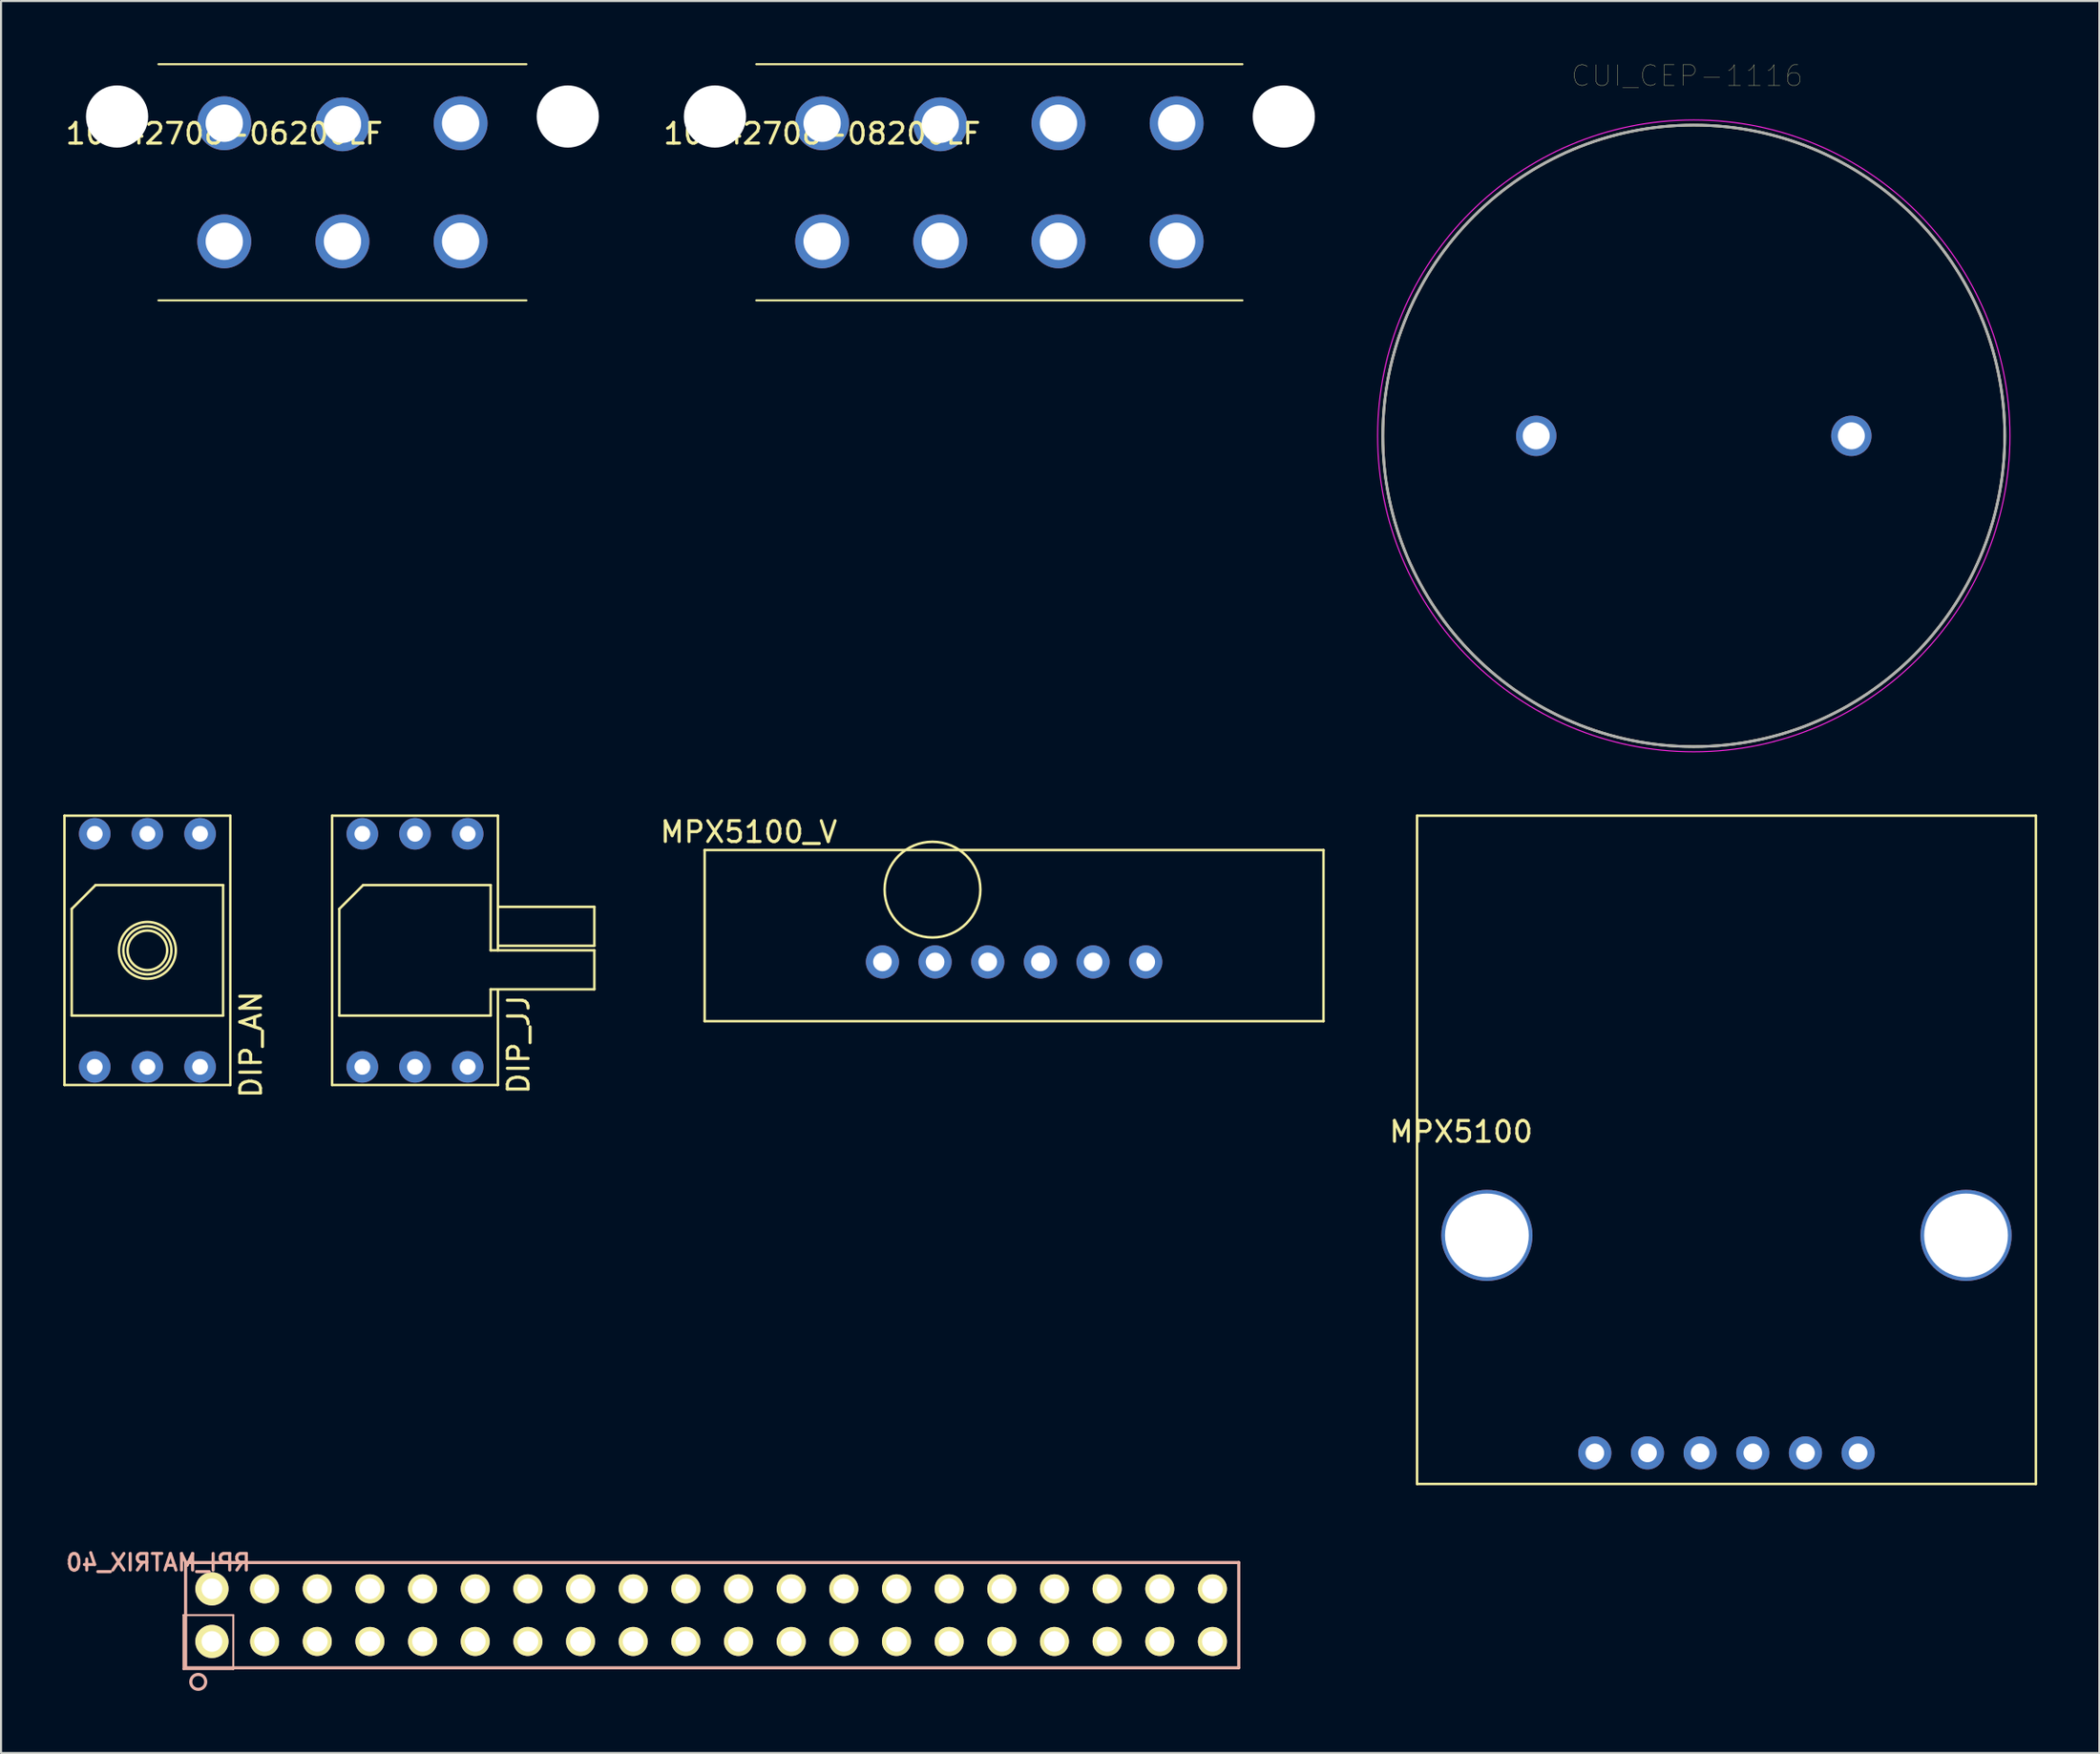
<source format=kicad_pcb>
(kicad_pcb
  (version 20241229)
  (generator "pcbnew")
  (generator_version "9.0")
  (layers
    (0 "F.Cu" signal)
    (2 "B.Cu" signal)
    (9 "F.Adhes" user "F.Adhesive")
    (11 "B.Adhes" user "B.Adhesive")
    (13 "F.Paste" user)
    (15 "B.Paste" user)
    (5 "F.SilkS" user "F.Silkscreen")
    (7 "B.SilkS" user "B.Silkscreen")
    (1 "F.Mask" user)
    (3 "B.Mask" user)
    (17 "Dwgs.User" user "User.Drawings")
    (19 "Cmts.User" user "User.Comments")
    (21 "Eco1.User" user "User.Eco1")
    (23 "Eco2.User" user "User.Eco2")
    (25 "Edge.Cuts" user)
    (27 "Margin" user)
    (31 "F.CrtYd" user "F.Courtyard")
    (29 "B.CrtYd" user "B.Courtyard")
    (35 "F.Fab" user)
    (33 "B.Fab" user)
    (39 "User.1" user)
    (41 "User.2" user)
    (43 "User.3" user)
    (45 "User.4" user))
  (footprint "RPI_MATRIX_40"
    (layer "F.Cu")
    (at 31.303 74.917)
    (property "Reference" "RPI_MATRIX_40" (at -26.72 -2.54 0) (layer "B.SilkS") (effects (font (size 0.8 0.8) (thickness 0.15)) (justify mirror)))
    (attr through_hole)
    (fp_line (start -25.5 0) (end -25.5 2.6) (stroke (width 0.1) (type solid)) (layer "B.SilkS"))
    (fp_line (start -25.5 2.6) (end -23.1 2.6) (stroke (width 0.1) (type solid)) (layer "B.SilkS"))
    (fp_line (start -25.4 -2.54) (end 25.4 -2.54) (stroke (width 0.15) (type solid)) (layer "B.SilkS"))
    (fp_line (start -25.4 2.54) (end -25.4 -2.54) (stroke (width 0.15) (type solid)) (layer "B.SilkS"))
    (fp_line (start -23.1 0) (end -25.5 0) (stroke (width 0.1) (type solid)) (layer "B.SilkS"))
    (fp_line (start -23.1 2.6) (end -23.1 0) (stroke (width 0.1) (type solid)) (layer "B.SilkS"))
    (fp_line (start 25.4 -2.54) (end 25.4 2.54) (stroke (width 0.15) (type solid)) (layer "B.SilkS"))
    (fp_line (start 25.4 2.54) (end -25.4 2.54) (stroke (width 0.15) (type solid)) (layer "B.SilkS"))
    (fp_circle (center -24.79 3.22) (end -24.49 3.42) (stroke (width 0.15) (type solid)) (fill no) (layer "B.SilkS"))
    (pad "1" thru_hole circle (at -24.13 1.27) (size 1.6 1.6) (drill 1) (layers "*.Cu" "*.Mask" "F.SilkS"))
    (pad "2" thru_hole circle (at -24.13 -1.27) (size 1.6 1.6) (drill 1) (layers "*.Cu" "*.Mask" "F.SilkS"))
    (pad "3" thru_hole circle (at -21.59 1.27) (size 1.4 1.4) (drill 1) (layers "*.Cu" "*.Mask" "F.SilkS"))
    (pad "4" thru_hole circle (at -21.59 -1.27) (size 1.4 1.4) (drill 1) (layers "*.Cu" "*.Mask" "F.SilkS"))
    (pad "5" thru_hole circle (at -19.05 1.27) (size 1.4 1.4) (drill 1) (layers "*.Cu" "*.Mask" "F.SilkS"))
    (pad "6" thru_hole circle (at -19.05 -1.27) (size 1.4 1.4) (drill 1) (layers "*.Cu" "*.Mask" "F.SilkS"))
    (pad "7" thru_hole circle (at -16.51 1.27) (size 1.4 1.4) (drill 1) (layers "*.Cu" "*.Mask" "F.SilkS"))
    (pad "8" thru_hole circle (at -16.51 -1.27) (size 1.4 1.4) (drill 1) (layers "*.Cu" "*.Mask" "F.SilkS"))
    (pad "9" thru_hole circle (at -13.97 1.27) (size 1.4 1.4) (drill 1) (layers "*.Cu" "*.Mask" "F.SilkS"))
    (pad "10" thru_hole circle (at -13.97 -1.27) (size 1.4 1.4) (drill 1) (layers "*.Cu" "*.Mask" "F.SilkS"))
    (pad "11" thru_hole circle (at -11.43 1.27) (size 1.4 1.4) (drill 1) (layers "*.Cu" "*.Mask" "F.SilkS"))
    (pad "12" thru_hole circle (at -11.43 -1.27) (size 1.4 1.4) (drill 1) (layers "*.Cu" "*.Mask" "F.SilkS"))
    (pad "13" thru_hole circle (at -8.89 1.27) (size 1.4 1.4) (drill 1) (layers "*.Cu" "*.Mask" "F.SilkS"))
    (pad "14" thru_hole circle (at -8.89 -1.27) (size 1.4 1.4) (drill 1) (layers "*.Cu" "*.Mask" "F.SilkS"))
    (pad "15" thru_hole circle (at -6.35 1.27) (size 1.4 1.4) (drill 1) (layers "*.Cu" "*.Mask" "F.SilkS"))
    (pad "16" thru_hole circle (at -6.35 -1.27) (size 1.4 1.4) (drill 1) (layers "*.Cu" "*.Mask" "F.SilkS"))
    (pad "17" thru_hole circle (at -3.81 1.27) (size 1.4 1.4) (drill 1) (layers "*.Cu" "*.Mask" "F.SilkS"))
    (pad "18" thru_hole circle (at -3.81 -1.27) (size 1.4 1.4) (drill 1) (layers "*.Cu" "*.Mask" "F.SilkS"))
    (pad "19" thru_hole circle (at -1.27 1.27) (size 1.4 1.4) (drill 1) (layers "*.Cu" "*.Mask" "F.SilkS"))
    (pad "20" thru_hole circle (at -1.27 -1.27) (size 1.4 1.4) (drill 1) (layers "*.Cu" "*.Mask" "F.SilkS"))
    (pad "21" thru_hole circle (at 1.27 1.27) (size 1.4 1.4) (drill 1) (layers "*.Cu" "*.Mask" "F.SilkS"))
    (pad "22" thru_hole circle (at 1.27 -1.27) (size 1.4 1.4) (drill 1) (layers "*.Cu" "*.Mask" "F.SilkS"))
    (pad "23" thru_hole circle (at 3.81 1.27) (size 1.4 1.4) (drill 1) (layers "*.Cu" "*.Mask" "F.SilkS"))
    (pad "24" thru_hole circle (at 3.81 -1.27) (size 1.4 1.4) (drill 1) (layers "*.Cu" "*.Mask" "F.SilkS"))
    (pad "25" thru_hole circle (at 6.35 1.27) (size 1.4 1.4) (drill 1) (layers "*.Cu" "*.Mask" "F.SilkS"))
    (pad "26" thru_hole circle (at 6.35 -1.27) (size 1.4 1.4) (drill 1) (layers "*.Cu" "*.Mask" "F.SilkS"))
    (pad "27" thru_hole circle (at 8.89 1.27) (size 1.4 1.4) (drill 1) (layers "*.Cu" "*.Mask" "F.SilkS"))
    (pad "28" thru_hole circle (at 8.89 -1.27) (size 1.4 1.4) (drill 1) (layers "*.Cu" "*.Mask" "F.SilkS"))
    (pad "29" thru_hole circle (at 11.43 1.27) (size 1.4 1.4) (drill 1) (layers "*.Cu" "*.Mask" "F.SilkS"))
    (pad "30" thru_hole circle (at 11.43 -1.27) (size 1.4 1.4) (drill 1) (layers "*.Cu" "*.Mask" "F.SilkS"))
    (pad "31" thru_hole circle (at 13.97 1.27) (size 1.4 1.4) (drill 1) (layers "*.Cu" "*.Mask" "F.SilkS"))
    (pad "32" thru_hole circle (at 13.97 -1.27) (size 1.4 1.4) (drill 1) (layers "*.Cu" "*.Mask" "F.SilkS"))
    (pad "33" thru_hole circle (at 16.51 1.27) (size 1.4 1.4) (drill 1) (layers "*.Cu" "*.Mask" "F.SilkS"))
    (pad "34" thru_hole circle (at 16.51 -1.27) (size 1.4 1.4) (drill 1) (layers "*.Cu" "*.Mask" "F.SilkS"))
    (pad "35" thru_hole circle (at 19.05 1.27) (size 1.4 1.4) (drill 1) (layers "*.Cu" "*.Mask" "F.SilkS"))
    (pad "36" thru_hole circle (at 19.05 -1.27) (size 1.4 1.4) (drill 1) (layers "*.Cu" "*.Mask" "F.SilkS"))
    (pad "37" thru_hole circle (at 21.59 1.27) (size 1.4 1.4) (drill 1) (layers "*.Cu" "*.Mask" "F.SilkS"))
    (pad "38" thru_hole circle (at 21.59 -1.27) (size 1.4 1.4) (drill 1) (layers "*.Cu" "*.Mask" "F.SilkS"))
    (pad "39" thru_hole circle (at 24.13 1.27) (size 1.4 1.4) (drill 1) (layers "*.Cu" "*.Mask" "F.SilkS"))
    (pad "40" thru_hole circle (at 24.13 -1.27) (size 1.4 1.4) (drill 1) (layers "*.Cu" "*.Mask" "F.SilkS")))
  (footprint "DIP_JJ"
    (layer "F.Cu")
    (at 16.968 42.825)
    (property "Reference" "DIP_JJ" (at 5 4.55 90) (layer "F.SilkS") (effects (font (size 1 1) (thickness 0.15))))
    (attr through_hole)
    (fp_line (start -4 -6.5) (end 4 -6.5) (stroke (width 0.12) (type solid)) (layer "F.SilkS"))
    (fp_line (start -4 6.5) (end -4 -6.5) (stroke (width 0.12) (type solid)) (layer "F.SilkS"))
    (fp_line (start -3.65 -2) (end -2.5 -3.15) (stroke (width 0.12) (type solid)) (layer "F.SilkS"))
    (fp_line (start -3.65 3.15) (end -3.65 -2) (stroke (width 0.12) (type solid)) (layer "F.SilkS"))
    (fp_line (start -2.5 -3.15) (end 3.65 -3.15) (stroke (width 0.12) (type solid)) (layer "F.SilkS"))
    (fp_line (start 3.65 -3.15) (end 3.65 0) (stroke (width 0.12) (type solid)) (layer "F.SilkS"))
    (fp_line (start 3.65 0) (end 8.65 0) (stroke (width 0.12) (type solid)) (layer "F.SilkS"))
    (fp_line (start 3.65 1.88) (end 3.65 3.15) (stroke (width 0.12) (type solid)) (layer "F.SilkS"))
    (fp_line (start 3.65 3.15) (end -3.65 3.15) (stroke (width 0.12) (type solid)) (layer "F.SilkS"))
    (fp_line (start 4 -6.5) (end 4 0) (stroke (width 0.12) (type solid)) (layer "F.SilkS"))
    (fp_line (start 4 -2.1) (end 8.65 -2.1) (stroke (width 0.12) (type solid)) (layer "F.SilkS"))
    (fp_line (start 4 1.9) (end 4 6.5) (stroke (width 0.12) (type solid)) (layer "F.SilkS"))
    (fp_line (start 4 6.5) (end -4 6.5) (stroke (width 0.12) (type solid)) (layer "F.SilkS"))
    (fp_line (start 8.65 -2.1) (end 8.65 -0.22) (stroke (width 0.12) (type solid)) (layer "F.SilkS"))
    (fp_line (start 8.65 -0.22) (end 4 -0.22) (stroke (width 0.12) (type solid)) (layer "F.SilkS"))
    (fp_line (start 8.65 0) (end 8.65 1.88) (stroke (width 0.12) (type solid)) (layer "F.SilkS"))
    (fp_line (start 8.65 1.88) (end 3.65 1.88) (stroke (width 0.12) (type solid)) (layer "F.SilkS"))
    (pad "1" thru_hole circle (at -2.54 -5.625) (size 1.524 1.524) (drill 0.762) (layers "*.Cu" "*.Mask"))
    (pad "2" thru_hole circle (at 0 -5.625) (size 1.524 1.524) (drill 0.762) (layers "*.Cu" "*.Mask"))
    (pad "3" thru_hole circle (at 2.54 -5.625) (size 1.524 1.524) (drill 0.762) (layers "*.Cu" "*.Mask"))
    (pad "4" thru_hole circle (at 2.54 5.625) (size 1.524 1.524) (drill 0.762) (layers "*.Cu" "*.Mask"))
    (pad "5" thru_hole circle (at 0 5.625) (size 1.524 1.524) (drill 0.762) (layers "*.Cu" "*.Mask"))
    (pad "6" thru_hole circle (at -2.54 5.625) (size 1.524 1.524) (drill 0.762) (layers "*.Cu" "*.Mask")))
  (footprint "MPX5100"
    (layer "F.Cu")
    (at 80.228 56.585)
    (property "Reference" "MPX5100" (at -12.8 -5 0) (layer "F.SilkS") (effects (font (size 1 1) (thickness 0.15))))
    (attr through_hole)
    (fp_line (start -14.925 -20.26) (end 14.925 -20.26) (stroke (width 0.12) (type solid)) (layer "F.SilkS"))
    (fp_line (start -14.925 12) (end -14.925 -20.26) (stroke (width 0.12) (type solid)) (layer "F.SilkS"))
    (fp_line (start 14.925 -20.26) (end 14.925 12) (stroke (width 0.12) (type solid)) (layer "F.SilkS"))
    (fp_line (start 14.925 12) (end -14.925 12) (stroke (width 0.12) (type solid)) (layer "F.SilkS"))
    (pad "" thru_hole circle (at -11.556 0) (size 4.4 4.4) (drill 4.04) (layers "*.Cu" "*.Mask"))
    (pad "" thru_hole circle (at 11.556 0) (size 4.4 4.4) (drill 4.04) (layers "*.Cu" "*.Mask"))
    (pad "1" thru_hole circle (at 6.35 10.5) (size 1.6 1.6) (drill 0.9) (layers "*.Cu" "*.Mask"))
    (pad "2" thru_hole circle (at 3.81 10.5) (size 1.6 1.6) (drill 0.9) (layers "*.Cu" "*.Mask"))
    (pad "3" thru_hole circle (at 1.27 10.5) (size 1.6 1.6) (drill 0.9) (layers "*.Cu" "*.Mask"))
    (pad "4" thru_hole circle (at -1.27 10.5) (size 1.6 1.6) (drill 0.9) (layers "*.Cu" "*.Mask"))
    (pad "5" thru_hole circle (at -3.81 10.5) (size 1.6 1.6) (drill 0.9) (layers "*.Cu" "*.Mask"))
    (pad "6" thru_hole circle (at -6.35 10.5) (size 1.6 1.6) (drill 0.9) (layers "*.Cu" "*.Mask")))
  (footprint "10142708-06200LF"
    (layer "F.Cu")
    (at 7.768 2.9)
    (property "Reference" "10142708-06200LF" (at 0 0.5 0) (layer "F.SilkS") (effects (font (size 1 1) (thickness 0.15))))
    (attr through_hole)
    (fp_line (start -3.175 -2.85) (end 14.575 -2.85) (stroke (width 0.1) (type solid)) (layer "F.SilkS"))
    (fp_line (start -3.175 8.55) (end 14.575 8.55) (stroke (width 0.1) (type solid)) (layer "F.SilkS"))
    (pad "" np_thru_hole circle (at -5.17 -0.325) (size 3 3) (drill 3) (layers "*.Cu" "*.Mask"))
    (pad "" np_thru_hole circle (at 16.57 -0.325) (size 3 3) (drill 3) (layers "*.Cu" "*.Mask"))
    (pad "1" thru_hole circle (at 0 0 90) (size 2.6 2.6) (drill 1.8) (layers "*.Cu" "*.Mask"))
    (pad "2" thru_hole circle (at 0 5.7) (size 2.6 2.6) (drill 1.8) (layers "*.Cu" "*.Mask"))
    (pad "3" thru_hole circle (at 5.7 0.05) (size 2.6 2.6) (drill 1.8) (layers "*.Cu" "*.Mask"))
    (pad "4" thru_hole circle (at 5.7 5.7) (size 2.6 2.6) (drill 1.8) (layers "*.Cu" "*.Mask"))
    (pad "5" thru_hole circle (at 11.4 0) (size 2.6 2.6) (drill 1.8) (layers "*.Cu" "*.Mask"))
    (pad "6" thru_hole circle (at 11.4 5.7) (size 2.6 2.6) (drill 1.8) (layers "*.Cu" "*.Mask")))
  (footprint "DIP_AN"
    (layer "F.Cu")
    (at 4.06 42.825)
    (property "Reference" "DIP_AN" (at 5 4.55 90) (layer "F.SilkS") (effects (font (size 1 1) (thickness 0.15))))
    (attr through_hole)
    (fp_line (start -4 -6.5) (end 4 -6.5) (stroke (width 0.12) (type solid)) (layer "F.SilkS"))
    (fp_line (start -4 6.5) (end -4 -6.5) (stroke (width 0.12) (type solid)) (layer "F.SilkS"))
    (fp_line (start -3.65 -2) (end -2.5 -3.15) (stroke (width 0.12) (type solid)) (layer "F.SilkS"))
    (fp_line (start -3.65 3.15) (end -3.65 -2) (stroke (width 0.12) (type solid)) (layer "F.SilkS"))
    (fp_line (start -2.5 -3.15) (end 3.65 -3.15) (stroke (width 0.12) (type solid)) (layer "F.SilkS"))
    (fp_line (start 3.65 -3.15) (end 3.65 3.15) (stroke (width 0.12) (type solid)) (layer "F.SilkS"))
    (fp_line (start 3.65 3.15) (end -3.65 3.15) (stroke (width 0.12) (type solid)) (layer "F.SilkS"))
    (fp_line (start 4 -6.5) (end 4 6.5) (stroke (width 0.12) (type solid)) (layer "F.SilkS"))
    (fp_line (start 4 6.5) (end -4 6.5) (stroke (width 0.12) (type solid)) (layer "F.SilkS"))
    (fp_circle (center 0 0) (end 0.955 0) (stroke (width 0.12) (type solid)) (fill no) (layer "F.SilkS"))
    (fp_circle (center 0 0) (end 1.16 0) (stroke (width 0.12) (type solid)) (fill no) (layer "F.SilkS"))
    (fp_circle (center 0 0) (end 1.37 0) (stroke (width 0.12) (type solid)) (fill no) (layer "F.SilkS"))
    (pad "1" thru_hole circle (at -2.54 -5.625) (size 1.524 1.524) (drill 0.762) (layers "*.Cu" "*.Mask"))
    (pad "2" thru_hole circle (at 0 -5.625) (size 1.524 1.524) (drill 0.762) (layers "*.Cu" "*.Mask"))
    (pad "3" thru_hole circle (at 2.54 -5.625) (size 1.524 1.524) (drill 0.762) (layers "*.Cu" "*.Mask"))
    (pad "4" thru_hole circle (at 2.54 5.625) (size 1.524 1.524) (drill 0.762) (layers "*.Cu" "*.Mask"))
    (pad "5" thru_hole circle (at 0 5.625) (size 1.524 1.524) (drill 0.762) (layers "*.Cu" "*.Mask"))
    (pad "6" thru_hole circle (at -2.54 5.625) (size 1.524 1.524) (drill 0.762) (layers "*.Cu" "*.Mask")))
  (footprint "CUI_CEP-1116"
    (layer "F.Cu")
    (at 78.651 17.99)
    (property "Reference" "CUI_CEP-1116" (at -0.326 -17.378 0) (layer "F.SilkS") (effects (font (size 1.002 1.002) (thickness 0.015))))
    (attr through_hole)
    (fp_circle (center 0 0) (end 15 0) (stroke (width 0.127) (type solid)) (fill no) (layer "F.SilkS"))
    (fp_circle (center 0 0) (end 15.25 0) (stroke (width 0.05) (type solid)) (fill no) (layer "F.CrtYd"))
    (fp_circle (center 0 0) (end 15 0) (stroke (width 0.127) (type solid)) (fill no) (layer "F.Fab"))
    (pad "1" thru_hole circle (at -7.6 0) (size 1.95 1.95) (drill 1.3) (layers "*.Cu" "*.Mask"))
    (pad "2" thru_hole circle (at 7.6 0) (size 1.95 1.95) (drill 1.3) (layers "*.Cu" "*.Mask")))
  (footprint "MPX5100_V"
    (layer "F.Cu")
    (at 45.865 42.114)
    (property "Reference" "MPX5100_V" (at -12.8 -5 180) (layer "F.SilkS") (effects (font (size 1 1) (thickness 0.15))))
    (attr through_hole)
    (fp_line (start -14.925 -4.13) (end 14.925 -4.13) (stroke (width 0.12) (type solid)) (layer "F.SilkS"))
    (fp_line (start -14.925 4.13) (end -14.925 -4.13) (stroke (width 0.12) (type solid)) (layer "F.SilkS"))
    (fp_line (start 14.925 -4.13) (end 14.925 4.13) (stroke (width 0.12) (type solid)) (layer "F.SilkS"))
    (fp_line (start 14.925 4.13) (end -14.925 4.13) (stroke (width 0.12) (type solid)) (layer "F.SilkS"))
    (fp_circle (center -3.935 -2.22) (end -1.625 -2.22) (stroke (width 0.12) (type solid)) (fill no) (layer "F.SilkS"))
    (pad "1" thru_hole circle (at 6.35 1.27) (size 1.6 1.6) (drill 0.9) (layers "*.Cu" "*.Mask"))
    (pad "2" thru_hole circle (at 3.81 1.27) (size 1.6 1.6) (drill 0.9) (layers "*.Cu" "*.Mask"))
    (pad "3" thru_hole circle (at 1.27 1.27) (size 1.6 1.6) (drill 0.9) (layers "*.Cu" "*.Mask"))
    (pad "4" thru_hole circle (at -1.27 1.27) (size 1.6 1.6) (drill 0.9) (layers "*.Cu" "*.Mask"))
    (pad "5" thru_hole circle (at -3.81 1.27) (size 1.6 1.6) (drill 0.9) (layers "*.Cu" "*.Mask"))
    (pad "6" thru_hole circle (at -6.35 1.27) (size 1.6 1.6) (drill 0.9) (layers "*.Cu" "*.Mask")))
  (footprint "10142708-08200LF"
    (layer "F.Cu")
    (at 36.606 2.9)
    (property "Reference" "10142708-08200LF" (at 0 0.5 0) (layer "F.SilkS") (effects (font (size 1 1) (thickness 0.15))))
    (attr through_hole)
    (fp_line (start -3.175 -2.85) (end 20.275 -2.85) (stroke (width 0.1) (type solid)) (layer "F.SilkS"))
    (fp_line (start -3.175 8.55) (end 20.275 8.55) (stroke (width 0.1) (type solid)) (layer "F.SilkS"))
    (pad "" np_thru_hole circle (at -5.17 -0.325) (size 3 3) (drill 3) (layers "*.Cu" "*.Mask"))
    (pad "" np_thru_hole circle (at 22.27 -0.325) (size 3 3) (drill 3) (layers "*.Cu" "*.Mask"))
    (pad "1" thru_hole circle (at 0 0 90) (size 2.6 2.6) (drill 1.8) (layers "*.Cu" "*.Mask"))
    (pad "2" thru_hole circle (at 0 5.7) (size 2.6 2.6) (drill 1.8) (layers "*.Cu" "*.Mask"))
    (pad "3" thru_hole circle (at 5.7 0.05) (size 2.6 2.6) (drill 1.8) (layers "*.Cu" "*.Mask"))
    (pad "4" thru_hole circle (at 5.7 5.7) (size 2.6 2.6) (drill 1.8) (layers "*.Cu" "*.Mask"))
    (pad "5" thru_hole circle (at 11.4 0) (size 2.6 2.6) (drill 1.8) (layers "*.Cu" "*.Mask"))
    (pad "6" thru_hole circle (at 11.4 5.7) (size 2.6 2.6) (drill 1.8) (layers "*.Cu" "*.Mask"))
    (pad "7" thru_hole circle (at 17.1 0) (size 2.6 2.6) (drill 1.8) (layers "*.Cu" "*.Mask"))
    (pad "8" thru_hole circle (at 17.1 5.7) (size 2.6 2.6) (drill 1.8) (layers "*.Cu" "*.Mask")))
  (gr_rect
    (start -3 -3)
    (end 98.213 81.572)
    (stroke (width 0.1) (type default))
    (fill no)
    (layer "Edge.Cuts")))
</source>
